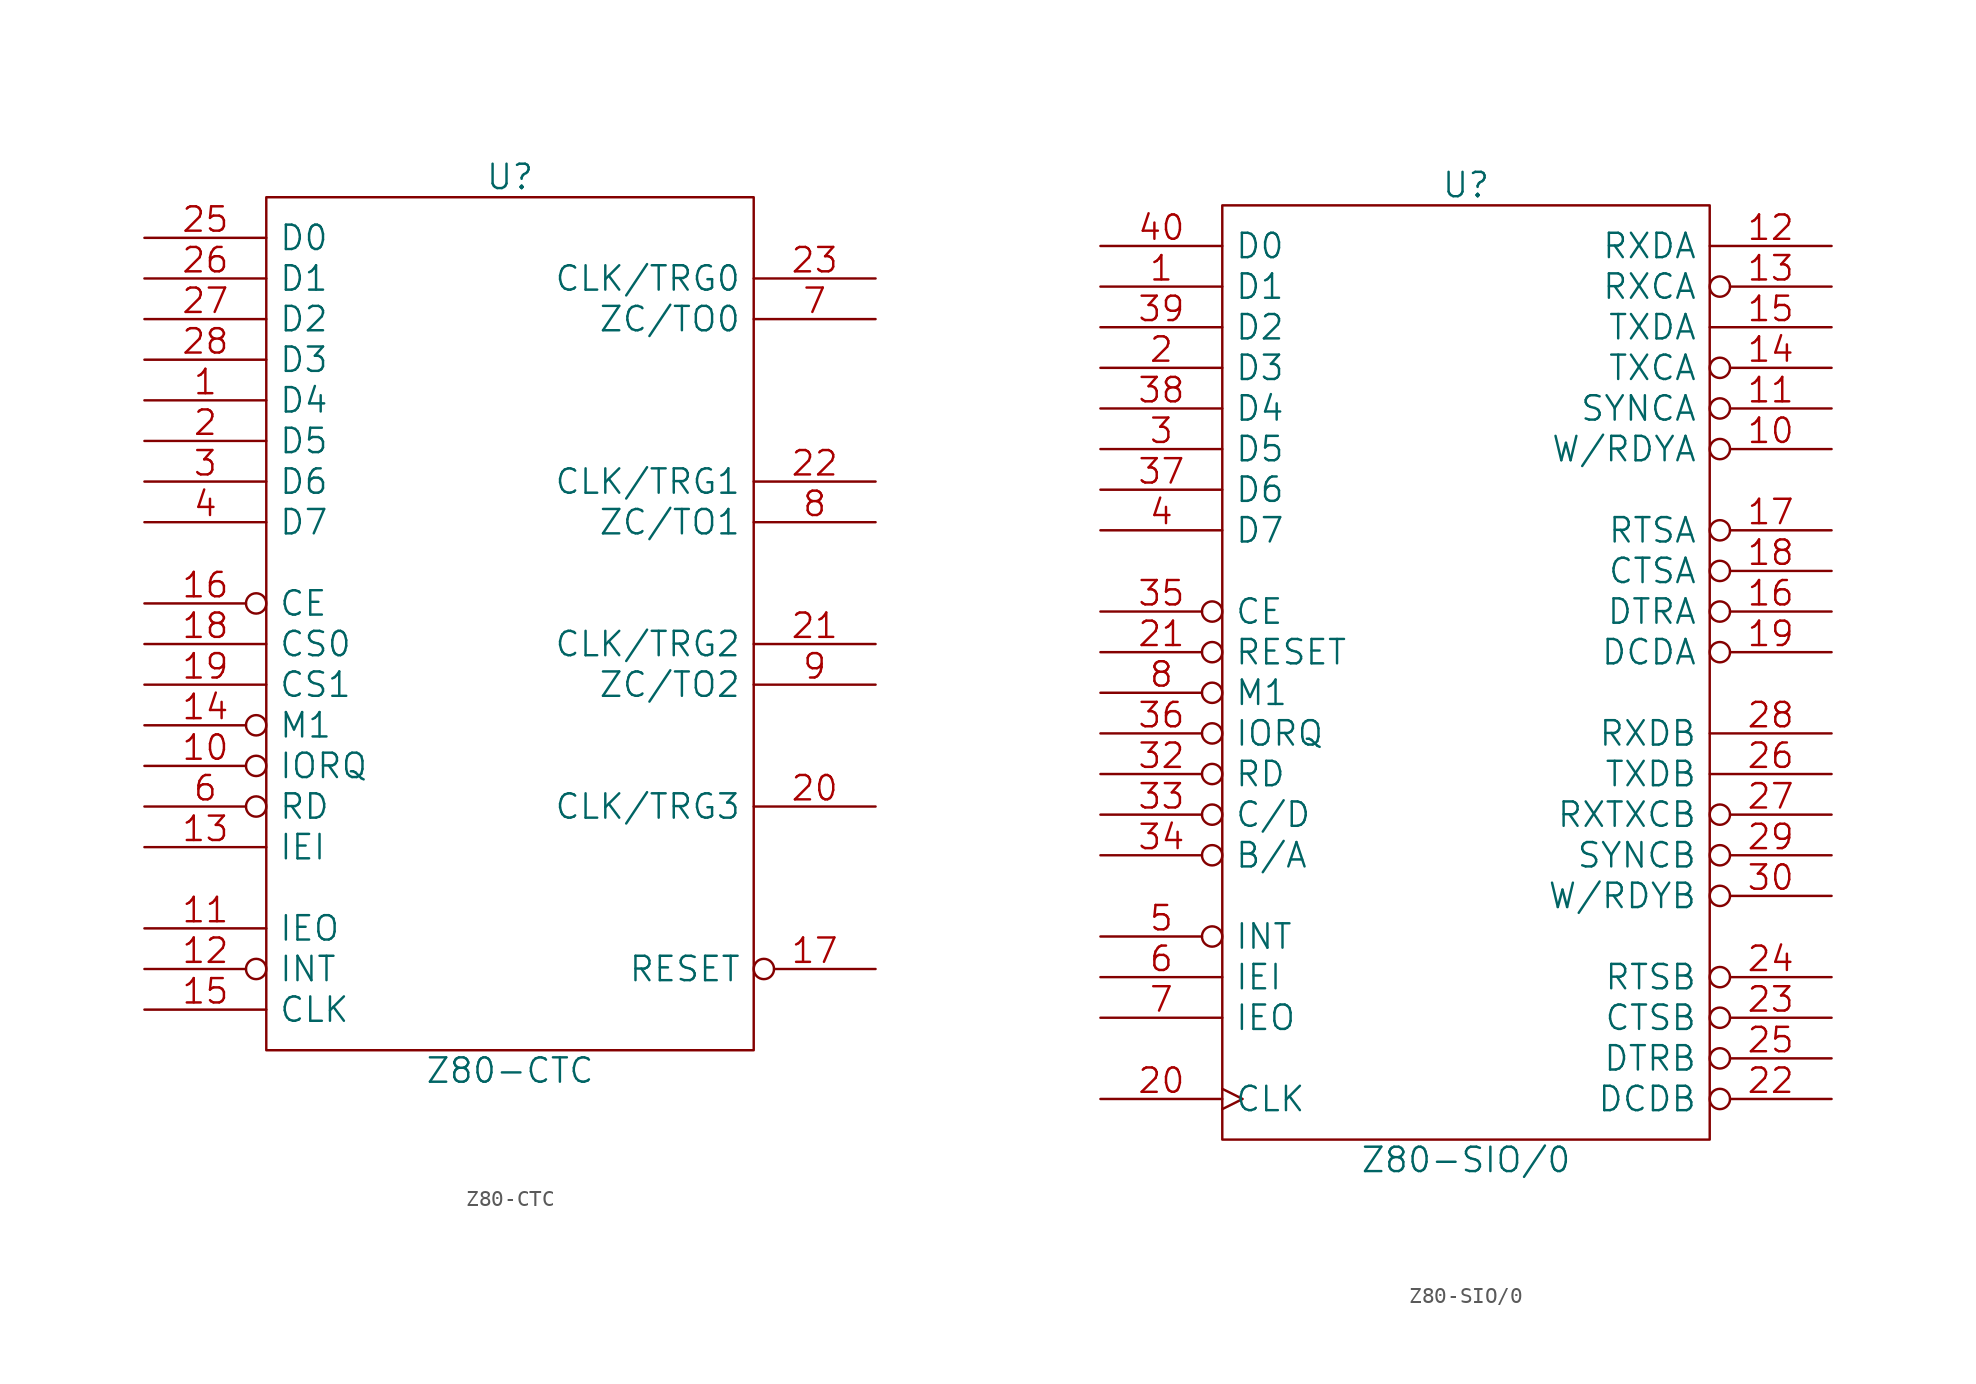
<source format=kicad_sym>
(kicad_symbol_lib
  (version 20220914)
  (generator kicad_symbol_editor)
  (symbol "Z80-CTC"
    (pin_names
      (offset 0.762))
    (property "Reference" "U"
      (at 0 27.94 0)
      (effects (font (size 1.524 1.524))))
    (property "Value" "Z80-CTC"
      (at 0 -27.94 0)
      (effects (font (size 1.524 1.524))))
    (property "Footprint" ""
      (at 0 0 0)
      (effects (font (size 1.524 1.524))))
    (property "Datasheet" ""
      (at 0 0 0)
      (effects (font (size 1.524 1.524))))
    (symbol "Z80-CTC_0_1"
      (rectangle (start -15.24 -26.67) (end 15.24 26.67) (stroke (width 0) (type solid)) (fill (type none))))
    (symbol "Z80-CTC_1_1"
      (pin bidirectional line (at -22.86 13.97 0) (length 7.62) (name "D4" (effects (font (size 1.524 1.524)))) (number "1" (effects (font (size 1.524 1.524)))))
      (pin input inverted (at -22.86 -8.89 0) (length 7.62) (name "IORQ" (effects (font (size 1.524 1.524)))) (number "10" (effects (font (size 1.524 1.524)))))
      (pin output line (at -22.86 -19.05 0) (length 7.62) (name "IEO" (effects (font (size 1.524 1.524)))) (number "11" (effects (font (size 1.524 1.524)))))
      (pin open_collector inverted (at -22.86 -21.59 0) (length 7.62) (name "INT" (effects (font (size 1.524 1.524)))) (number "12" (effects (font (size 1.524 1.524)))))
      (pin input line (at -22.86 -13.97 0) (length 7.62) (name "IEI" (effects (font (size 1.524 1.524)))) (number "13" (effects (font (size 1.524 1.524)))))
      (pin input inverted (at -22.86 -6.35 0) (length 7.62) (name "M1" (effects (font (size 1.524 1.524)))) (number "14" (effects (font (size 1.524 1.524)))))
      (pin input line (at -22.86 -24.13 0) (length 7.62) (name "CLK" (effects (font (size 1.524 1.524)))) (number "15" (effects (font (size 1.524 1.524)))))
      (pin input inverted (at -22.86 1.27 0) (length 7.62) (name "CE" (effects (font (size 1.524 1.524)))) (number "16" (effects (font (size 1.524 1.524)))))
      (pin input inverted (at 22.86 -21.59 180) (length 7.62) (name "RESET" (effects (font (size 1.524 1.524)))) (number "17" (effects (font (size 1.524 1.524)))))
      (pin input line (at -22.86 -1.27 0) (length 7.62) (name "CS0" (effects (font (size 1.524 1.524)))) (number "18" (effects (font (size 1.524 1.524)))))
      (pin input line (at -22.86 -3.81 0) (length 7.62) (name "CS1" (effects (font (size 1.524 1.524)))) (number "19" (effects (font (size 1.524 1.524)))))
      (pin bidirectional line (at -22.86 11.43 0) (length 7.62) (name "D5" (effects (font (size 1.524 1.524)))) (number "2" (effects (font (size 1.524 1.524)))))
      (pin input line (at 22.86 -11.43 180) (length 7.62) (name "CLK/TRG3" (effects (font (size 1.524 1.524)))) (number "20" (effects (font (size 1.524 1.524)))))
      (pin input line (at 22.86 -1.27 180) (length 7.62) (name "CLK/TRG2" (effects (font (size 1.524 1.524)))) (number "21" (effects (font (size 1.524 1.524)))))
      (pin input line (at 22.86 8.89 180) (length 7.62) (name "CLK/TRG1" (effects (font (size 1.524 1.524)))) (number "22" (effects (font (size 1.524 1.524)))))
      (pin input line (at 22.86 21.59 180) (length 7.62) (name "CLK/TRG0" (effects (font (size 1.524 1.524)))) (number "23" (effects (font (size 1.524 1.524)))))
      (pin power_in line (at -15.24 26.67 270) (length 0) hide (name "+5V" (effects (font (size 1.524 1.524)))) (number "24" (effects (font (size 1.524 1.524)))))
      (pin bidirectional line (at -22.86 24.13 0) (length 7.62) (name "D0" (effects (font (size 1.524 1.524)))) (number "25" (effects (font (size 1.524 1.524)))))
      (pin bidirectional line (at -22.86 21.59 0) (length 7.62) (name "D1" (effects (font (size 1.524 1.524)))) (number "26" (effects (font (size 1.524 1.524)))))
      (pin bidirectional line (at -22.86 19.05 0) (length 7.62) (name "D2" (effects (font (size 1.524 1.524)))) (number "27" (effects (font (size 1.524 1.524)))))
      (pin bidirectional line (at -22.86 16.51 0) (length 7.62) (name "D3" (effects (font (size 1.524 1.524)))) (number "28" (effects (font (size 1.524 1.524)))))
      (pin bidirectional line (at -22.86 8.89 0) (length 7.62) (name "D6" (effects (font (size 1.524 1.524)))) (number "3" (effects (font (size 1.524 1.524)))))
      (pin bidirectional line (at -22.86 6.35 0) (length 7.62) (name "D7" (effects (font (size 1.524 1.524)))) (number "4" (effects (font (size 1.524 1.524)))))
      (pin power_in line (at -15.24 -26.67 90) (length 0) hide (name "GND" (effects (font (size 1.524 1.524)))) (number "5" (effects (font (size 1.524 1.524)))))
      (pin input inverted (at -22.86 -11.43 0) (length 7.62) (name "RD" (effects (font (size 1.524 1.524)))) (number "6" (effects (font (size 1.524 1.524)))))
      (pin output line (at 22.86 19.05 180) (length 7.62) (name "ZC/TO0" (effects (font (size 1.524 1.524)))) (number "7" (effects (font (size 1.524 1.524)))))
      (pin output line (at 22.86 6.35 180) (length 7.62) (name "ZC/TO1" (effects (font (size 1.524 1.524)))) (number "8" (effects (font (size 1.524 1.524)))))
      (pin output line (at 22.86 -3.81 180) (length 7.62) (name "ZC/TO2" (effects (font (size 1.524 1.524)))) (number "9" (effects (font (size 1.524 1.524)))))))
  (symbol "Z80-SIO/0"
    (pin_names
      (offset 0.762))
    (property "Reference" "U"
      (at 0 30.48 0)
      (effects (font (size 1.524 1.524))))
    (property "Value" "Z80-SIO/0"
      (at 0 -30.48 0)
      (effects (font (size 1.524 1.524))))
    (property "Footprint" ""
      (at 0 0 0)
      (effects (font (size 1.524 1.524))))
    (property "Datasheet" ""
      (at 0 0 0)
      (effects (font (size 1.524 1.524))))
    (symbol "Z80-SIO/0_0_1"
      (rectangle (start -15.24 -29.21) (end 15.24 29.21) (stroke (width 0) (type solid)) (fill (type none))))
    (symbol "Z80-SIO/0_1_1"
      (pin bidirectional line (at -22.86 24.13 0) (length 7.62) (name "D1" (effects (font (size 1.524 1.524)))) (number "1" (effects (font (size 1.524 1.524)))))
      (pin output inverted (at 22.86 13.97 180) (length 7.62) (name "W/RDYA" (effects (font (size 1.524 1.524)))) (number "10" (effects (font (size 1.524 1.524)))))
      (pin bidirectional inverted (at 22.86 16.51 180) (length 7.62) (name "SYNCA" (effects (font (size 1.524 1.524)))) (number "11" (effects (font (size 1.524 1.524)))))
      (pin input line (at 22.86 26.67 180) (length 7.62) (name "RXDA" (effects (font (size 1.524 1.524)))) (number "12" (effects (font (size 1.524 1.524)))))
      (pin input inverted (at 22.86 24.13 180) (length 7.62) (name "RXCA" (effects (font (size 1.524 1.524)))) (number "13" (effects (font (size 1.524 1.524)))))
      (pin input inverted (at 22.86 19.05 180) (length 7.62) (name "TXCA" (effects (font (size 1.524 1.524)))) (number "14" (effects (font (size 1.524 1.524)))))
      (pin output line (at 22.86 21.59 180) (length 7.62) (name "TXDA" (effects (font (size 1.524 1.524)))) (number "15" (effects (font (size 1.524 1.524)))))
      (pin output inverted (at 22.86 3.81 180) (length 7.62) (name "DTRA" (effects (font (size 1.524 1.524)))) (number "16" (effects (font (size 1.524 1.524)))))
      (pin output inverted (at 22.86 8.89 180) (length 7.62) (name "RTSA" (effects (font (size 1.524 1.524)))) (number "17" (effects (font (size 1.524 1.524)))))
      (pin input inverted (at 22.86 6.35 180) (length 7.62) (name "CTSA" (effects (font (size 1.524 1.524)))) (number "18" (effects (font (size 1.524 1.524)))))
      (pin input inverted (at 22.86 1.27 180) (length 7.62) (name "DCDA" (effects (font (size 1.524 1.524)))) (number "19" (effects (font (size 1.524 1.524)))))
      (pin bidirectional line (at -22.86 19.05 0) (length 7.62) (name "D3" (effects (font (size 1.524 1.524)))) (number "2" (effects (font (size 1.524 1.524)))))
      (pin input clock (at -22.86 -26.67 0) (length 7.62) (name "CLK" (effects (font (size 1.524 1.524)))) (number "20" (effects (font (size 1.524 1.524)))))
      (pin input inverted (at -22.86 1.27 0) (length 7.62) (name "RESET" (effects (font (size 1.524 1.524)))) (number "21" (effects (font (size 1.524 1.524)))))
      (pin input inverted (at 22.86 -26.67 180) (length 7.62) (name "DCDB" (effects (font (size 1.524 1.524)))) (number "22" (effects (font (size 1.524 1.524)))))
      (pin input inverted (at 22.86 -21.59 180) (length 7.62) (name "CTSB" (effects (font (size 1.524 1.524)))) (number "23" (effects (font (size 1.524 1.524)))))
      (pin output inverted (at 22.86 -19.05 180) (length 7.62) (name "RTSB" (effects (font (size 1.524 1.524)))) (number "24" (effects (font (size 1.524 1.524)))))
      (pin output inverted (at 22.86 -24.13 180) (length 7.62) (name "DTRB" (effects (font (size 1.524 1.524)))) (number "25" (effects (font (size 1.524 1.524)))))
      (pin output line (at 22.86 -6.35 180) (length 7.62) (name "TXDB" (effects (font (size 1.524 1.524)))) (number "26" (effects (font (size 1.524 1.524)))))
      (pin input inverted (at 22.86 -8.89 180) (length 7.62) (name "RXTXCB" (effects (font (size 1.524 1.524)))) (number "27" (effects (font (size 1.524 1.524)))))
      (pin input line (at 22.86 -3.81 180) (length 7.62) (name "RXDB" (effects (font (size 1.524 1.524)))) (number "28" (effects (font (size 1.524 1.524)))))
      (pin bidirectional inverted (at 22.86 -11.43 180) (length 7.62) (name "SYNCB" (effects (font (size 1.524 1.524)))) (number "29" (effects (font (size 1.524 1.524)))))
      (pin bidirectional line (at -22.86 13.97 0) (length 7.62) (name "D5" (effects (font (size 1.524 1.524)))) (number "3" (effects (font (size 1.524 1.524)))))
      (pin output inverted (at 22.86 -13.97 180) (length 7.62) (name "W/RDYB" (effects (font (size 1.524 1.524)))) (number "30" (effects (font (size 1.524 1.524)))))
      (pin power_in line (at -15.24 -29.21 90) (length 0) hide (name "GND" (effects (font (size 1.524 1.524)))) (number "31" (effects (font (size 1.524 1.524)))))
      (pin input inverted (at -22.86 -6.35 0) (length 7.62) (name "RD" (effects (font (size 1.524 1.524)))) (number "32" (effects (font (size 1.524 1.524)))))
      (pin input inverted (at -22.86 -8.89 0) (length 7.62) (name "C/D" (effects (font (size 1.524 1.524)))) (number "33" (effects (font (size 1.524 1.524)))))
      (pin input inverted (at -22.86 -11.43 0) (length 7.62) (name "B/A" (effects (font (size 1.524 1.524)))) (number "34" (effects (font (size 1.524 1.524)))))
      (pin input inverted (at -22.86 3.81 0) (length 7.62) (name "CE" (effects (font (size 1.524 1.524)))) (number "35" (effects (font (size 1.524 1.524)))))
      (pin input inverted (at -22.86 -3.81 0) (length 7.62) (name "IORQ" (effects (font (size 1.524 1.524)))) (number "36" (effects (font (size 1.524 1.524)))))
      (pin bidirectional line (at -22.86 11.43 0) (length 7.62) (name "D6" (effects (font (size 1.524 1.524)))) (number "37" (effects (font (size 1.524 1.524)))))
      (pin bidirectional line (at -22.86 16.51 0) (length 7.62) (name "D4" (effects (font (size 1.524 1.524)))) (number "38" (effects (font (size 1.524 1.524)))))
      (pin bidirectional line (at -22.86 21.59 0) (length 7.62) (name "D2" (effects (font (size 1.524 1.524)))) (number "39" (effects (font (size 1.524 1.524)))))
      (pin bidirectional line (at -22.86 8.89 0) (length 7.62) (name "D7" (effects (font (size 1.524 1.524)))) (number "4" (effects (font (size 1.524 1.524)))))
      (pin bidirectional line (at -22.86 26.67 0) (length 7.62) (name "D0" (effects (font (size 1.524 1.524)))) (number "40" (effects (font (size 1.524 1.524)))))
      (pin open_collector inverted (at -22.86 -16.51 0) (length 7.62) (name "INT" (effects (font (size 1.524 1.524)))) (number "5" (effects (font (size 1.524 1.524)))))
      (pin input line (at -22.86 -19.05 0) (length 7.62) (name "IEI" (effects (font (size 1.524 1.524)))) (number "6" (effects (font (size 1.524 1.524)))))
      (pin output line (at -22.86 -21.59 0) (length 7.62) (name "IEO" (effects (font (size 1.524 1.524)))) (number "7" (effects (font (size 1.524 1.524)))))
      (pin input inverted (at -22.86 -1.27 0) (length 7.62) (name "M1" (effects (font (size 1.524 1.524)))) (number "8" (effects (font (size 1.524 1.524)))))
      (pin power_in line (at -15.24 29.21 270) (length 0) hide (name "+5V" (effects (font (size 1.524 1.524)))) (number "9" (effects (font (size 1.524 1.524))))))))
</source>
